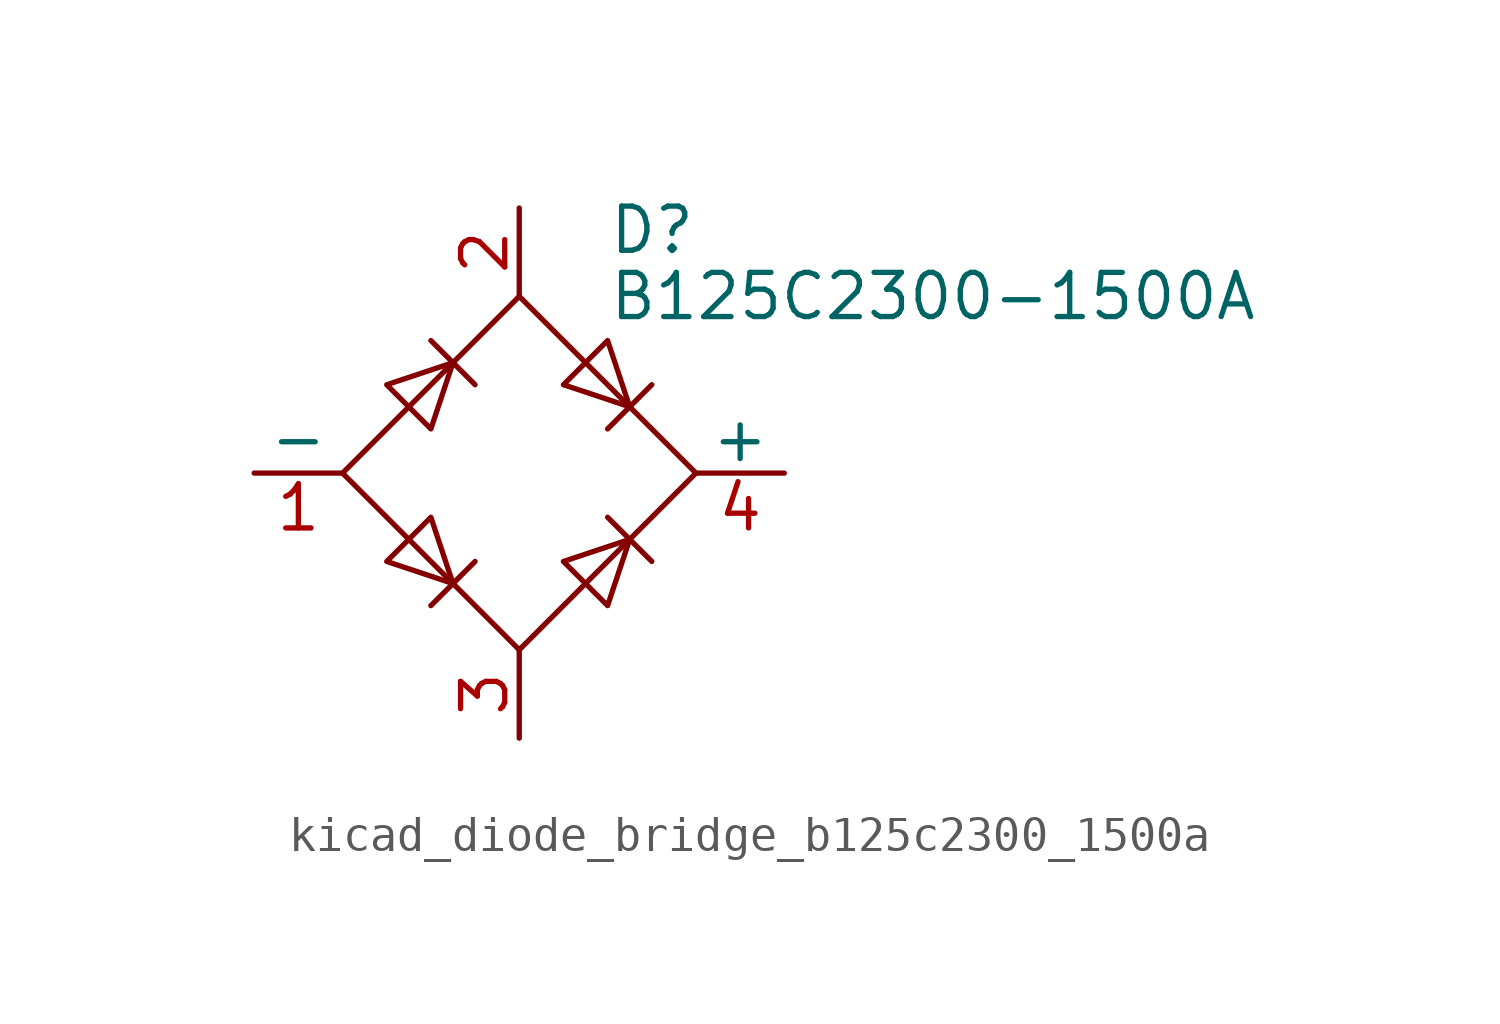
<source format=kicad_sym>
(kicad_symbol_lib
  (version 20220914)
  (generator kicad_symbol_editor)
  (symbol "kicad_diode_bridge_b125c2300_1500a"
    (pin_names
      (offset 0))
    (property "Reference" "D"
      (at 2.54 6.985 0)
      (effects (font (size 1.27 1.27)) (justify left)))
    (property "Value" "B125C2300-1500A"
      (at 2.54 5.08 0)
      (effects (font (size 1.27 1.27)) (justify left)))
    (symbol "kicad_diode_bridge_b125c2300_1500a_0_1"
      (polyline (pts (xy -2.54 3.81) (xy -1.27 2.54)) (stroke (width 0) (type default)) (fill (type none)))
      (polyline (pts (xy -1.27 -2.54) (xy -2.54 -3.81)) (stroke (width 0) (type default)) (fill (type none)))
      (polyline (pts (xy 2.54 -1.27) (xy 3.81 -2.54)) (stroke (width 0) (type default)) (fill (type none)))
      (polyline (pts (xy 2.54 1.27) (xy 3.81 2.54)) (stroke (width 0) (type default)) (fill (type none)))
      (polyline (pts (xy -3.81 2.54) (xy -2.54 1.27) (xy -1.905 3.175) (xy -3.81 2.54)) (stroke (width 0) (type default)) (fill (type none)))
      (polyline (pts (xy -2.54 -1.27) (xy -3.81 -2.54) (xy -1.905 -3.175) (xy -2.54 -1.27)) (stroke (width 0) (type default)) (fill (type none)))
      (polyline (pts (xy 1.27 2.54) (xy 2.54 3.81) (xy 3.175 1.905) (xy 1.27 2.54)) (stroke (width 0) (type default)) (fill (type none)))
      (polyline (pts (xy 3.175 -1.905) (xy 1.27 -2.54) (xy 2.54 -3.81) (xy 3.175 -1.905)) (stroke (width 0) (type default)) (fill (type none)))
      (polyline (pts (xy -5.08 0) (xy 0 -5.08) (xy 5.08 0) (xy 0 5.08) (xy -5.08 0)) (stroke (width 0) (type default)) (fill (type none))))
    (symbol "kicad_diode_bridge_b125c2300_1500a_1_1"
      (pin passive line (at -7.62 0 0) (length 2.54) (name "-" (effects (font (size 1.27 1.27)))) (number "1" (effects (font (size 1.27 1.27)))))
      (pin passive line (at 0 7.62 270) (length 2.54) (name "~" (effects (font (size 1.27 1.27)))) (number "2" (effects (font (size 1.27 1.27)))))
      (pin passive line (at 0 -7.62 90) (length 2.54) (name "~" (effects (font (size 1.27 1.27)))) (number "3" (effects (font (size 1.27 1.27)))))
      (pin passive line (at 7.62 0 180) (length 2.54) (name "+" (effects (font (size 1.27 1.27)))) (number "4" (effects (font (size 1.27 1.27))))))))
</source>
